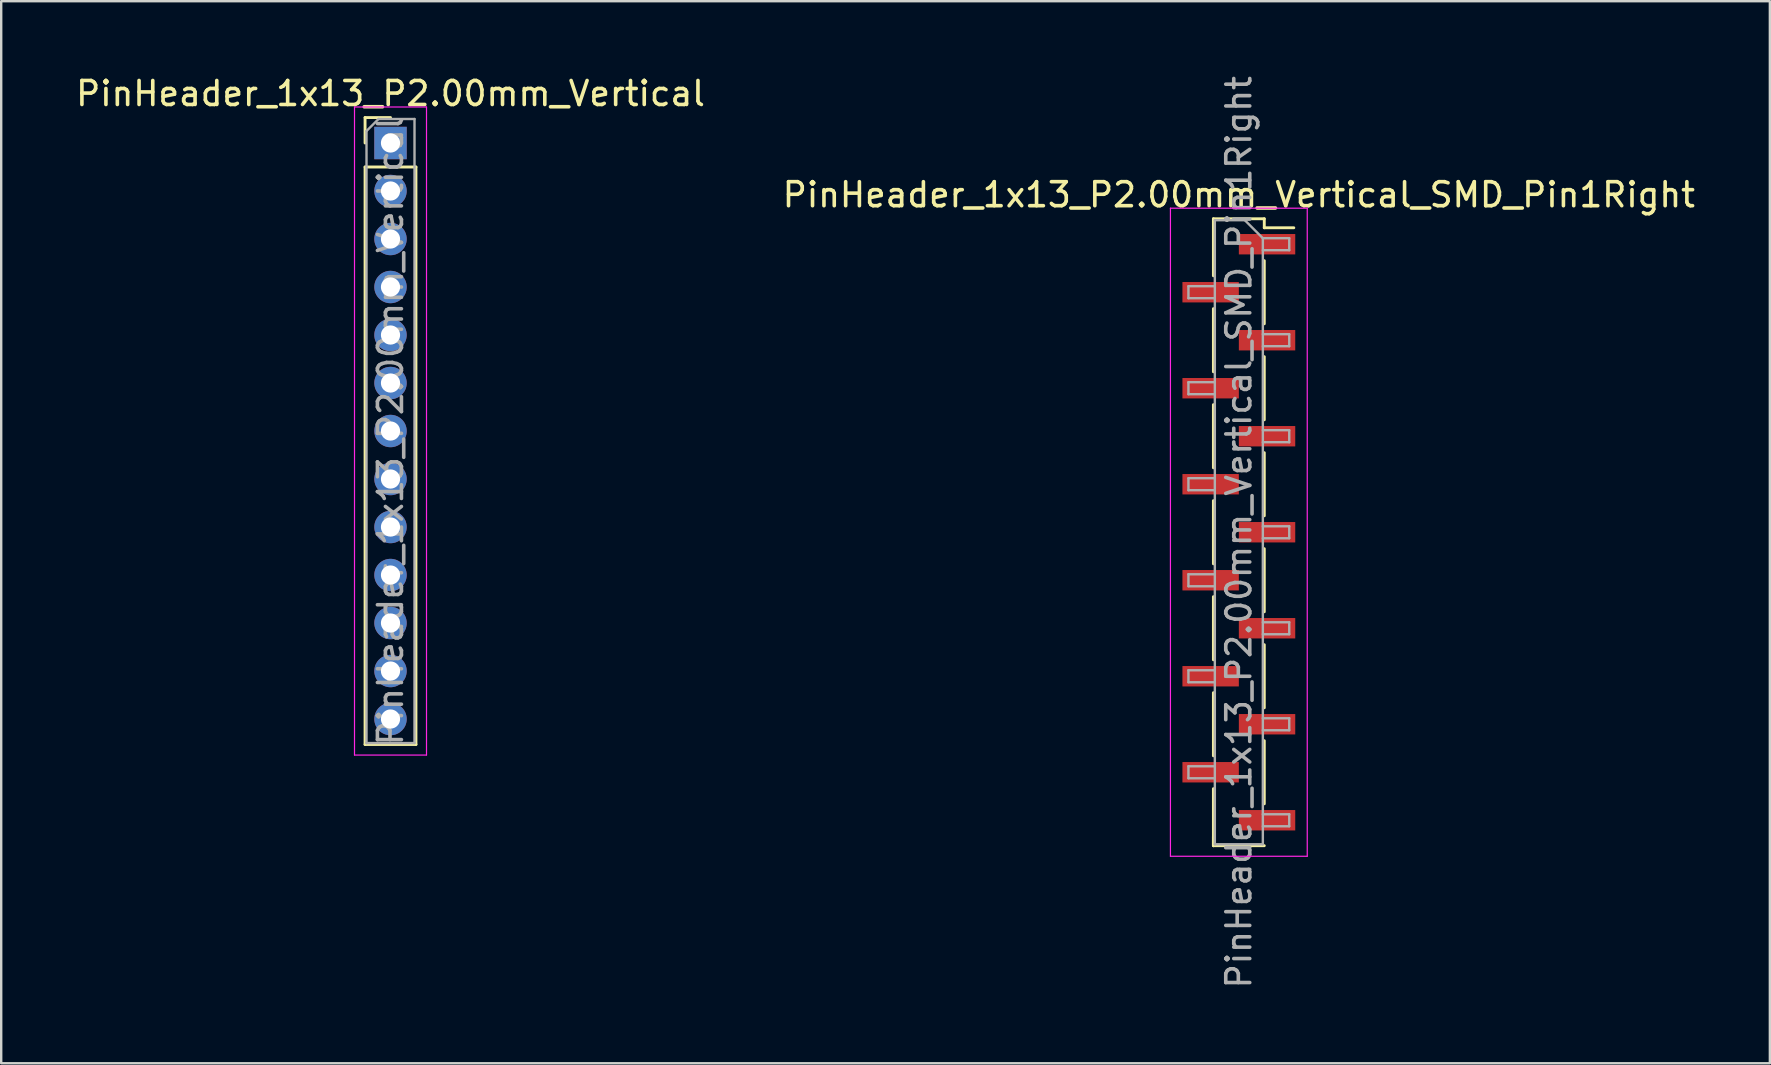
<source format=kicad_pcb>
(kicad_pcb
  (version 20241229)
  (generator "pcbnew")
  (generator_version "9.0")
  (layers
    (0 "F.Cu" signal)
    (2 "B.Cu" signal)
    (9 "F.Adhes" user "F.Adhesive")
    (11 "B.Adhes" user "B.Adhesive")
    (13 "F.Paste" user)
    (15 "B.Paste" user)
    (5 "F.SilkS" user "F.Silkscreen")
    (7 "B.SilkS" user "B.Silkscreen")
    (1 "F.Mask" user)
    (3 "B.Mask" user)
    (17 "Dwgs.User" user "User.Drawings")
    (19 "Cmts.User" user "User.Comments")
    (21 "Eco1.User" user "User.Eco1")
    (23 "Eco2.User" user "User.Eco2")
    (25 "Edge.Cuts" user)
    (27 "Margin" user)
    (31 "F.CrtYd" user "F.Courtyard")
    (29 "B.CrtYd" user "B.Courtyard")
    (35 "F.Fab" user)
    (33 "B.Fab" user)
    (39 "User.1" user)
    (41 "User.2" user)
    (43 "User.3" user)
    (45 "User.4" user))
  (footprint "PinHeader_1x13_P2.00mm_Vertical_SMD_Pin1Right"
    (layer "F.Cu")
    (at 48.565 19.125)
    (property "Reference" "PinHeader_1x13_P2.00mm_Vertical_SMD_Pin1Right" (at 0 -14.06 0) (layer "F.SilkS") (effects (font (size 1 1) (thickness 0.15))))
    (attr smd)
    (fp_line (start -1.06 -13.06) (end -1.06 -10.685) (stroke (width 0.12) (type solid)) (layer "F.SilkS"))
    (fp_line (start -1.06 -13.06) (end 1.06 -13.06) (stroke (width 0.12) (type solid)) (layer "F.SilkS"))
    (fp_line (start -1.06 -9.315) (end -1.06 -6.685) (stroke (width 0.12) (type solid)) (layer "F.SilkS"))
    (fp_line (start -1.06 -5.315) (end -1.06 -2.685) (stroke (width 0.12) (type solid)) (layer "F.SilkS"))
    (fp_line (start -1.06 -1.315) (end -1.06 1.315) (stroke (width 0.12) (type solid)) (layer "F.SilkS"))
    (fp_line (start -1.06 2.685) (end -1.06 5.315) (stroke (width 0.12) (type solid)) (layer "F.SilkS"))
    (fp_line (start -1.06 6.685) (end -1.06 9.315) (stroke (width 0.12) (type solid)) (layer "F.SilkS"))
    (fp_line (start -1.06 10.685) (end -1.06 13.06) (stroke (width 0.12) (type solid)) (layer "F.SilkS"))
    (fp_line (start -1.06 12.685) (end -1.06 13.06) (stroke (width 0.12) (type solid)) (layer "F.SilkS"))
    (fp_line (start -1.06 13.06) (end 1.06 13.06) (stroke (width 0.12) (type solid)) (layer "F.SilkS"))
    (fp_line (start 1.06 -13.06) (end 1.06 -12.685) (stroke (width 0.12) (type solid)) (layer "F.SilkS"))
    (fp_line (start 1.06 -12.685) (end 2.29 -12.685) (stroke (width 0.12) (type solid)) (layer "F.SilkS"))
    (fp_line (start 1.06 -11.315) (end 1.06 -8.685) (stroke (width 0.12) (type solid)) (layer "F.SilkS"))
    (fp_line (start 1.06 -7.315) (end 1.06 -4.685) (stroke (width 0.12) (type solid)) (layer "F.SilkS"))
    (fp_line (start 1.06 -3.315) (end 1.06 -0.685) (stroke (width 0.12) (type solid)) (layer "F.SilkS"))
    (fp_line (start 1.06 0.685) (end 1.06 3.315) (stroke (width 0.12) (type solid)) (layer "F.SilkS"))
    (fp_line (start 1.06 4.685) (end 1.06 7.315) (stroke (width 0.12) (type solid)) (layer "F.SilkS"))
    (fp_line (start 1.06 8.685) (end 1.06 11.315) (stroke (width 0.12) (type solid)) (layer "F.SilkS"))
    (fp_line (start -2.85 -13.5) (end -2.85 13.5) (stroke (width 0.05) (type solid)) (layer "F.CrtYd"))
    (fp_line (start -2.85 13.5) (end 2.85 13.5) (stroke (width 0.05) (type solid)) (layer "F.CrtYd"))
    (fp_line (start 2.85 -13.5) (end -2.85 -13.5) (stroke (width 0.05) (type solid)) (layer "F.CrtYd"))
    (fp_line (start 2.85 13.5) (end 2.85 -13.5) (stroke (width 0.05) (type solid)) (layer "F.CrtYd"))
    (fp_line (start -2.1 -10.25) (end -2.1 -9.75) (stroke (width 0.1) (type solid)) (layer "F.Fab"))
    (fp_line (start -2.1 -9.75) (end -1 -9.75) (stroke (width 0.1) (type solid)) (layer "F.Fab"))
    (fp_line (start -2.1 -6.25) (end -2.1 -5.75) (stroke (width 0.1) (type solid)) (layer "F.Fab"))
    (fp_line (start -2.1 -5.75) (end -1 -5.75) (stroke (width 0.1) (type solid)) (layer "F.Fab"))
    (fp_line (start -2.1 -2.25) (end -2.1 -1.75) (stroke (width 0.1) (type solid)) (layer "F.Fab"))
    (fp_line (start -2.1 -1.75) (end -1 -1.75) (stroke (width 0.1) (type solid)) (layer "F.Fab"))
    (fp_line (start -2.1 1.75) (end -2.1 2.25) (stroke (width 0.1) (type solid)) (layer "F.Fab"))
    (fp_line (start -2.1 2.25) (end -1 2.25) (stroke (width 0.1) (type solid)) (layer "F.Fab"))
    (fp_line (start -2.1 5.75) (end -2.1 6.25) (stroke (width 0.1) (type solid)) (layer "F.Fab"))
    (fp_line (start -2.1 6.25) (end -1 6.25) (stroke (width 0.1) (type solid)) (layer "F.Fab"))
    (fp_line (start -2.1 9.75) (end -2.1 10.25) (stroke (width 0.1) (type solid)) (layer "F.Fab"))
    (fp_line (start -2.1 10.25) (end -1 10.25) (stroke (width 0.1) (type solid)) (layer "F.Fab"))
    (fp_line (start -1 -13) (end -1 13) (stroke (width 0.1) (type solid)) (layer "F.Fab"))
    (fp_line (start -1 -13) (end 0.25 -13) (stroke (width 0.1) (type solid)) (layer "F.Fab"))
    (fp_line (start -1 -10.25) (end -2.1 -10.25) (stroke (width 0.1) (type solid)) (layer "F.Fab"))
    (fp_line (start -1 -6.25) (end -2.1 -6.25) (stroke (width 0.1) (type solid)) (layer "F.Fab"))
    (fp_line (start -1 -2.25) (end -2.1 -2.25) (stroke (width 0.1) (type solid)) (layer "F.Fab"))
    (fp_line (start -1 1.75) (end -2.1 1.75) (stroke (width 0.1) (type solid)) (layer "F.Fab"))
    (fp_line (start -1 5.75) (end -2.1 5.75) (stroke (width 0.1) (type solid)) (layer "F.Fab"))
    (fp_line (start -1 9.75) (end -2.1 9.75) (stroke (width 0.1) (type solid)) (layer "F.Fab"))
    (fp_line (start 1 -12.25) (end 0.25 -13) (stroke (width 0.1) (type solid)) (layer "F.Fab"))
    (fp_line (start 1 -12.25) (end 2.1 -12.25) (stroke (width 0.1) (type solid)) (layer "F.Fab"))
    (fp_line (start 1 -8.25) (end 2.1 -8.25) (stroke (width 0.1) (type solid)) (layer "F.Fab"))
    (fp_line (start 1 -4.25) (end 2.1 -4.25) (stroke (width 0.1) (type solid)) (layer "F.Fab"))
    (fp_line (start 1 -0.25) (end 2.1 -0.25) (stroke (width 0.1) (type solid)) (layer "F.Fab"))
    (fp_line (start 1 3.75) (end 2.1 3.75) (stroke (width 0.1) (type solid)) (layer "F.Fab"))
    (fp_line (start 1 7.75) (end 2.1 7.75) (stroke (width 0.1) (type solid)) (layer "F.Fab"))
    (fp_line (start 1 11.75) (end 2.1 11.75) (stroke (width 0.1) (type solid)) (layer "F.Fab"))
    (fp_line (start 1 13) (end -1 13) (stroke (width 0.1) (type solid)) (layer "F.Fab"))
    (fp_line (start 1 13) (end 1 -12.25) (stroke (width 0.1) (type solid)) (layer "F.Fab"))
    (fp_line (start 2.1 -12.25) (end 2.1 -11.75) (stroke (width 0.1) (type solid)) (layer "F.Fab"))
    (fp_line (start 2.1 -11.75) (end 1 -11.75) (stroke (width 0.1) (type solid)) (layer "F.Fab"))
    (fp_line (start 2.1 -8.25) (end 2.1 -7.75) (stroke (width 0.1) (type solid)) (layer "F.Fab"))
    (fp_line (start 2.1 -7.75) (end 1 -7.75) (stroke (width 0.1) (type solid)) (layer "F.Fab"))
    (fp_line (start 2.1 -4.25) (end 2.1 -3.75) (stroke (width 0.1) (type solid)) (layer "F.Fab"))
    (fp_line (start 2.1 -3.75) (end 1 -3.75) (stroke (width 0.1) (type solid)) (layer "F.Fab"))
    (fp_line (start 2.1 -0.25) (end 2.1 0.25) (stroke (width 0.1) (type solid)) (layer "F.Fab"))
    (fp_line (start 2.1 0.25) (end 1 0.25) (stroke (width 0.1) (type solid)) (layer "F.Fab"))
    (fp_line (start 2.1 3.75) (end 2.1 4.25) (stroke (width 0.1) (type solid)) (layer "F.Fab"))
    (fp_line (start 2.1 4.25) (end 1 4.25) (stroke (width 0.1) (type solid)) (layer "F.Fab"))
    (fp_line (start 2.1 7.75) (end 2.1 8.25) (stroke (width 0.1) (type solid)) (layer "F.Fab"))
    (fp_line (start 2.1 8.25) (end 1 8.25) (stroke (width 0.1) (type solid)) (layer "F.Fab"))
    (fp_line (start 2.1 11.75) (end 2.1 12.25) (stroke (width 0.1) (type solid)) (layer "F.Fab"))
    (fp_line (start 2.1 12.25) (end 1 12.25) (stroke (width 0.1) (type solid)) (layer "F.Fab"))
    (fp_text user "${REFERENCE}" (at 0 0 90) (layer "F.Fab") (effects (font (size 1 1) (thickness 0.15))))
    (pad "1" smd rect (at 1.175 -12) (size 2.35 0.85) (layers "F.Cu" "F.Mask" "F.Paste"))
    (pad "2" smd rect (at -1.175 -10) (size 2.35 0.85) (layers "F.Cu" "F.Mask" "F.Paste"))
    (pad "3" smd rect (at 1.175 -8) (size 2.35 0.85) (layers "F.Cu" "F.Mask" "F.Paste"))
    (pad "4" smd rect (at -1.175 -6) (size 2.35 0.85) (layers "F.Cu" "F.Mask" "F.Paste"))
    (pad "5" smd rect (at 1.175 -4) (size 2.35 0.85) (layers "F.Cu" "F.Mask" "F.Paste"))
    (pad "6" smd rect (at -1.175 -2) (size 2.35 0.85) (layers "F.Cu" "F.Mask" "F.Paste"))
    (pad "7" smd rect (at 1.175 0) (size 2.35 0.85) (layers "F.Cu" "F.Mask" "F.Paste"))
    (pad "8" smd rect (at -1.175 2) (size 2.35 0.85) (layers "F.Cu" "F.Mask" "F.Paste"))
    (pad "9" smd rect (at 1.175 4) (size 2.35 0.85) (layers "F.Cu" "F.Mask" "F.Paste"))
    (pad "10" smd rect (at -1.175 6) (size 2.35 0.85) (layers "F.Cu" "F.Mask" "F.Paste"))
    (pad "11" smd rect (at 1.175 8) (size 2.35 0.85) (layers "F.Cu" "F.Mask" "F.Paste"))
    (pad "12" smd rect (at -1.175 10) (size 2.35 0.85) (layers "F.Cu" "F.Mask" "F.Paste"))
    (pad "13" smd rect (at 1.175 12) (size 2.35 0.85) (layers "F.Cu" "F.Mask" "F.Paste")))
  (footprint "PinHeader_1x13_P2.00mm_Vertical"
    (layer "F.Cu")
    (at 13.22 2.908)
    (property "Reference" "PinHeader_1x13_P2.00mm_Vertical" (at 0 -2.06 0) (layer "F.SilkS") (effects (font (size 1 1) (thickness 0.15))))
    (attr through_hole)
    (fp_line (start -1.06 -1.06) (end 0 -1.06) (stroke (width 0.12) (type solid)) (layer "F.SilkS"))
    (fp_line (start -1.06 0) (end -1.06 -1.06) (stroke (width 0.12) (type solid)) (layer "F.SilkS"))
    (fp_line (start -1.06 1) (end -1.06 25.06) (stroke (width 0.12) (type solid)) (layer "F.SilkS"))
    (fp_line (start -1.06 1) (end 1.06 1) (stroke (width 0.12) (type solid)) (layer "F.SilkS"))
    (fp_line (start -1.06 25.06) (end 1.06 25.06) (stroke (width 0.12) (type solid)) (layer "F.SilkS"))
    (fp_line (start 1.06 1) (end 1.06 25.06) (stroke (width 0.12) (type solid)) (layer "F.SilkS"))
    (fp_line (start -1.5 -1.5) (end -1.5 25.5) (stroke (width 0.05) (type solid)) (layer "F.CrtYd"))
    (fp_line (start -1.5 25.5) (end 1.5 25.5) (stroke (width 0.05) (type solid)) (layer "F.CrtYd"))
    (fp_line (start 1.5 -1.5) (end -1.5 -1.5) (stroke (width 0.05) (type solid)) (layer "F.CrtYd"))
    (fp_line (start 1.5 25.5) (end 1.5 -1.5) (stroke (width 0.05) (type solid)) (layer "F.CrtYd"))
    (fp_line (start -1 -0.5) (end -0.5 -1) (stroke (width 0.1) (type solid)) (layer "F.Fab"))
    (fp_line (start -1 25) (end -1 -0.5) (stroke (width 0.1) (type solid)) (layer "F.Fab"))
    (fp_line (start -0.5 -1) (end 1 -1) (stroke (width 0.1) (type solid)) (layer "F.Fab"))
    (fp_line (start 1 -1) (end 1 25) (stroke (width 0.1) (type solid)) (layer "F.Fab"))
    (fp_line (start 1 25) (end -1 25) (stroke (width 0.1) (type solid)) (layer "F.Fab"))
    (fp_text user "${REFERENCE}" (at 0 12 90) (layer "F.Fab") (effects (font (size 1 1) (thickness 0.15))))
    (pad "1" thru_hole rect (at 0 0) (size 1.35 1.35) (drill 0.8) (layers "*.Cu" "*.Mask"))
    (pad "2" thru_hole oval (at 0 2) (size 1.35 1.35) (drill 0.8) (layers "*.Cu" "*.Mask"))
    (pad "3" thru_hole oval (at 0 4) (size 1.35 1.35) (drill 0.8) (layers "*.Cu" "*.Mask"))
    (pad "4" thru_hole oval (at 0 6) (size 1.35 1.35) (drill 0.8) (layers "*.Cu" "*.Mask"))
    (pad "5" thru_hole oval (at 0 8) (size 1.35 1.35) (drill 0.8) (layers "*.Cu" "*.Mask"))
    (pad "6" thru_hole oval (at 0 10) (size 1.35 1.35) (drill 0.8) (layers "*.Cu" "*.Mask"))
    (pad "7" thru_hole oval (at 0 12) (size 1.35 1.35) (drill 0.8) (layers "*.Cu" "*.Mask"))
    (pad "8" thru_hole oval (at 0 14) (size 1.35 1.35) (drill 0.8) (layers "*.Cu" "*.Mask"))
    (pad "9" thru_hole oval (at 0 16) (size 1.35 1.35) (drill 0.8) (layers "*.Cu" "*.Mask"))
    (pad "10" thru_hole oval (at 0 18) (size 1.35 1.35) (drill 0.8) (layers "*.Cu" "*.Mask"))
    (pad "11" thru_hole oval (at 0 20) (size 1.35 1.35) (drill 0.8) (layers "*.Cu" "*.Mask"))
    (pad "12" thru_hole oval (at 0 22) (size 1.35 1.35) (drill 0.8) (layers "*.Cu" "*.Mask"))
    (pad "13" thru_hole oval (at 0 24) (size 1.35 1.35) (drill 0.8) (layers "*.Cu" "*.Mask")))
  (gr_rect
    (start -3 -3)
    (end 70.69 41.25)
    (stroke (width 0.1) (type default))
    (fill no)
    (layer "Edge.Cuts")))
</source>
